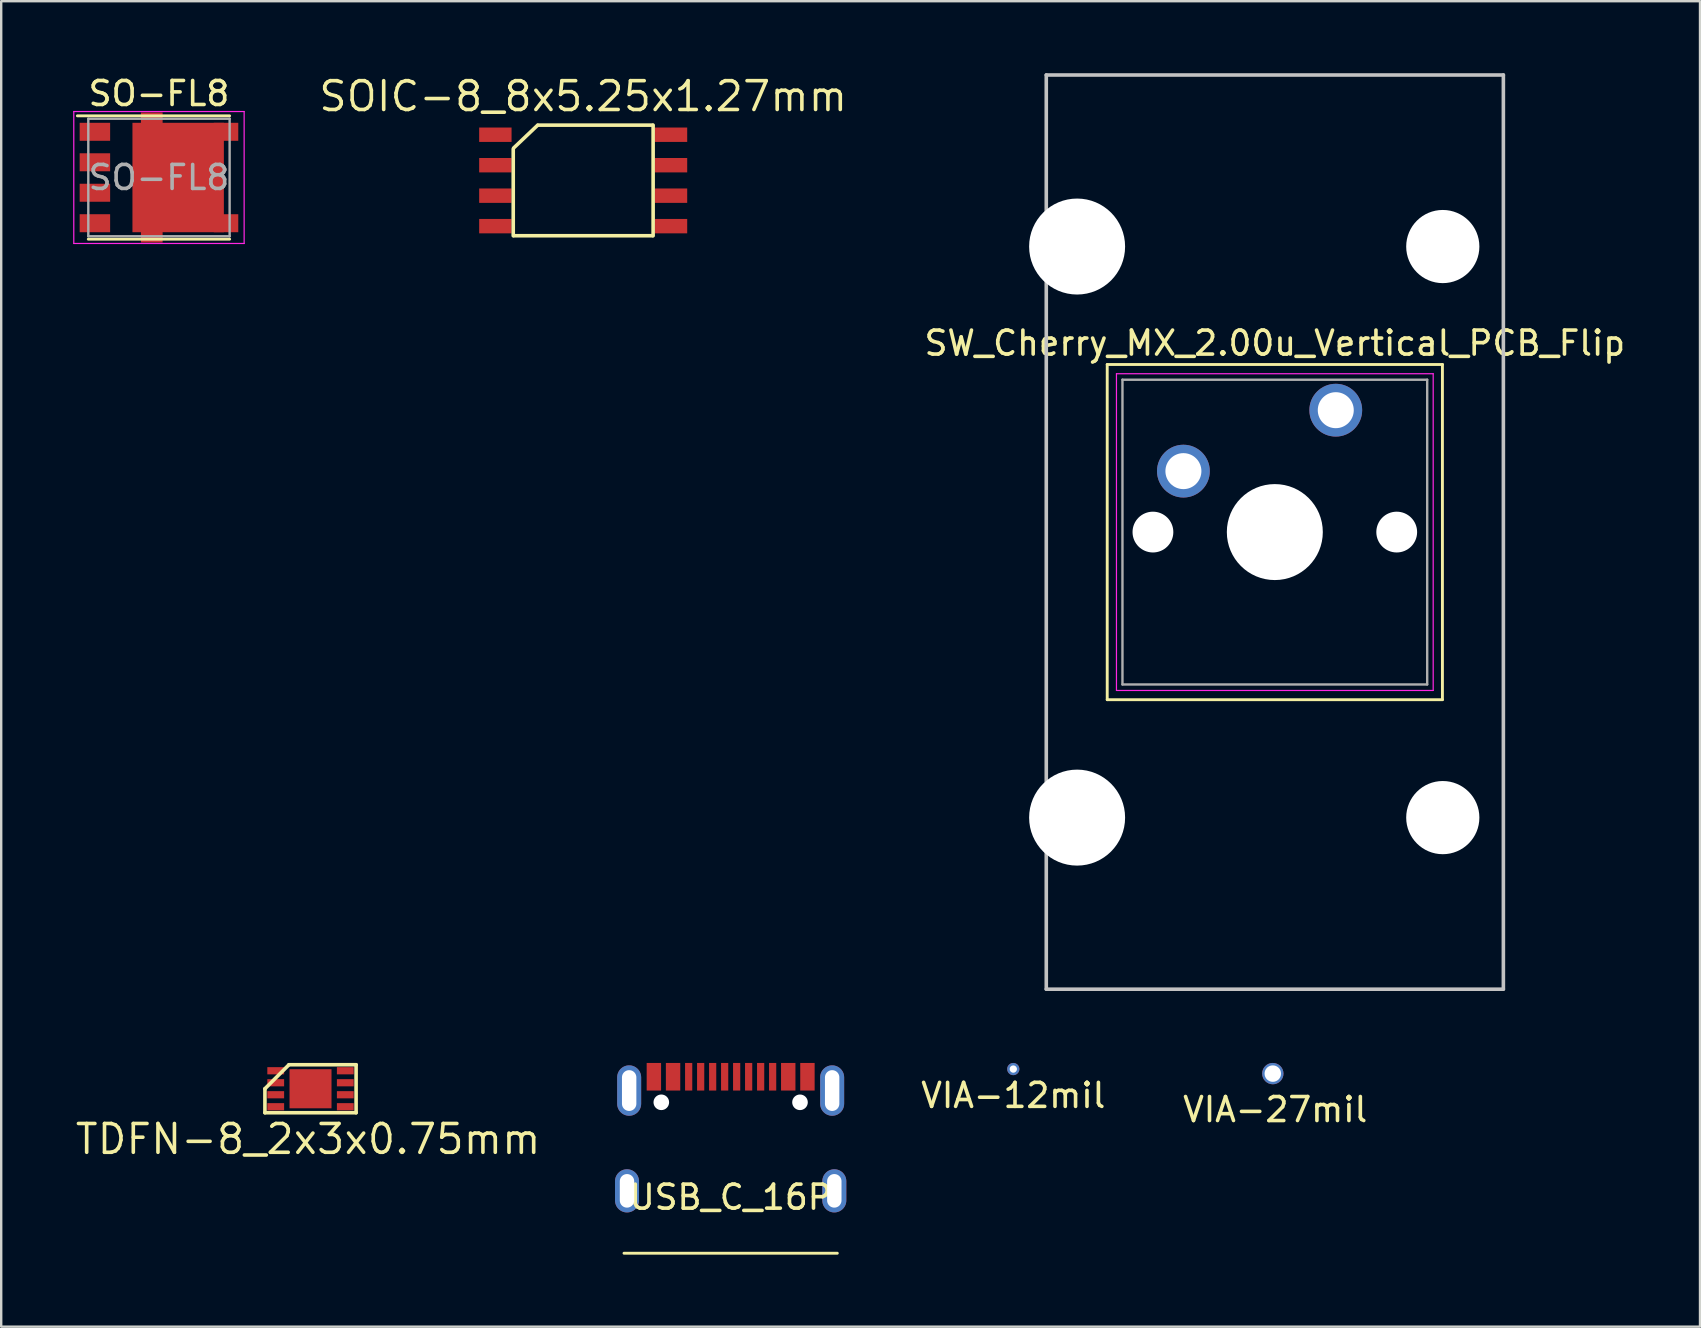
<source format=kicad_pcb>
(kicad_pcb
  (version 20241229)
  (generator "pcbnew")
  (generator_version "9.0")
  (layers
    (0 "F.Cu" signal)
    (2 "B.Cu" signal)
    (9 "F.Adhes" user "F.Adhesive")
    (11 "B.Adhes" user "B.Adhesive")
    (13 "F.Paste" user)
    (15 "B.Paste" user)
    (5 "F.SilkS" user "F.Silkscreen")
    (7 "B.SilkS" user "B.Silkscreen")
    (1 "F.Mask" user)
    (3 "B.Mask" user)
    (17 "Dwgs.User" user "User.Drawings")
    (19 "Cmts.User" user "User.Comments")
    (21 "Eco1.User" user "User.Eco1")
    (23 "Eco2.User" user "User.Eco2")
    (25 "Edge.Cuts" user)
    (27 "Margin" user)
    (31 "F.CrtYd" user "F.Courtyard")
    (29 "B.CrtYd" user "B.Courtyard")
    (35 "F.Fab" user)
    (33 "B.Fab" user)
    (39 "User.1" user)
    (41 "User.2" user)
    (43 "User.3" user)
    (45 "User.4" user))
  (footprint "USB_C_16P"
    (layer "F.Cu")
    (at 27.401 42.4)
    (property "Reference" "USB_C_16P" (at 0 4.445 0) (layer "F.SilkS") (effects (font (size 1 1) (thickness 0.15))))
    (attr through_hole)
    (fp_line (start -4.445 6.78) (end 4.445 6.78) (stroke (width 0.12) (type solid)) (layer "F.SilkS"))
    (pad "" thru_hole oval (at -4.32 4.18) (size 1 1.8) (drill oval 0.6 1.4) (layers "*.Cu" "*.Mask"))
    (pad "" thru_hole oval (at -4.23 0) (size 1 2.1) (drill oval 0.6 1.7) (layers "*.Cu" "*.Mask"))
    (pad "" np_thru_hole circle (at -2.89 0.49) (size 0.65 0.65) (drill 0.65) (layers "*.Cu" "*.Mask"))
    (pad "" np_thru_hole circle (at 2.89 0.49) (size 0.65 0.65) (drill 0.65) (layers "*.Cu" "*.Mask"))
    (pad "" thru_hole oval (at 4.23 0) (size 1 2.1) (drill oval 0.6 1.7) (layers "*.Cu" "*.Mask"))
    (pad "" thru_hole oval (at 4.32 4.18) (size 1 1.8) (drill oval 0.6 1.4) (layers "*.Cu" "*.Mask"))
    (pad "A1" smd rect (at -3.2 -0.575) (size 0.6 1.15) (layers "F.Cu" "F.Mask" "F.Paste"))
    (pad "A4" smd rect (at -2.4 -0.575) (size 0.6 1.15) (layers "F.Cu" "F.Mask" "F.Paste"))
    (pad "A5" smd rect (at -1.25 -0.575) (size 0.3 1.15) (layers "F.Cu" "F.Mask" "F.Paste"))
    (pad "A6" smd rect (at -0.25 -0.575) (size 0.3 1.15) (layers "F.Cu" "F.Mask" "F.Paste"))
    (pad "A7" smd rect (at 0.25 -0.575) (size 0.3 1.15) (layers "F.Cu" "F.Mask" "F.Paste"))
    (pad "A8" smd rect (at 1.25 -0.575) (size 0.3 1.15) (layers "F.Cu" "F.Mask" "F.Paste"))
    (pad "A9" smd rect (at 2.4 -0.575) (size 0.6 1.15) (layers "F.Cu" "F.Mask" "F.Paste"))
    (pad "A12" smd rect (at 3.2 -0.575) (size 0.6 1.15) (layers "F.Cu" "F.Mask" "F.Paste"))
    (pad "B5" smd rect (at 1.75 -0.575) (size 0.3 1.15) (layers "F.Cu" "F.Mask" "F.Paste"))
    (pad "B6" smd rect (at 0.75 -0.575) (size 0.3 1.15) (layers "F.Cu" "F.Mask" "F.Paste"))
    (pad "B7" smd rect (at -0.75 -0.575) (size 0.3 1.15) (layers "F.Cu" "F.Mask" "F.Paste"))
    (pad "B8" smd rect (at -1.75 -0.575) (size 0.3 1.15) (layers "F.Cu" "F.Mask" "F.Paste")))
  (footprint "VIA-12mil"
    (layer "F.Cu")
    (at 39.18 41.504)
    (property "Reference" "VIA-12mil" (at 0 1.1 0) (layer "F.SilkS") (effects (font (size 1 1) (thickness 0.15))))
    (attr through_hole)
    (pad "1" thru_hole circle (at 0 0) (size 0.508 0.508) (drill 0.305) (layers "*.Cu" "*.Mask")))
  (footprint "VIA-27mil"
    (layer "F.Cu")
    (at 49.996 41.694)
    (property "Reference" "VIA-27mil" (at 0.1 1.5 0) (layer "F.SilkS") (effects (font (size 1 1) (thickness 0.15))))
    (attr through_hole)
    (pad "1" thru_hole circle (at 0 0) (size 0.889 0.889) (drill 0.686) (layers "*.Cu")))
  (footprint "SO-FL8"
    (layer "F.Cu")
    (at 3.575 4.348)
    (property "Reference" "SO-FL8" (at 0 -3.5 0) (layer "F.SilkS") (effects (font (size 1 1) (thickness 0.15))))
    (attr smd)
    (fp_line (start -3.4 -2.57) (end 2.945 -2.57) (stroke (width 0.12) (type solid)) (layer "F.SilkS"))
    (fp_line (start -2.945 2.57) (end 2.945 2.57) (stroke (width 0.12) (type solid)) (layer "F.SilkS"))
    (fp_line (start -3.55 -2.75) (end -3.55 2.75) (stroke (width 0.05) (type solid)) (layer "F.CrtYd"))
    (fp_line (start -3.55 -2.75) (end 3.55 -2.75) (stroke (width 0.05) (type solid)) (layer "F.CrtYd"))
    (fp_line (start -3.55 2.75) (end 3.55 2.75) (stroke (width 0.05) (type solid)) (layer "F.CrtYd"))
    (fp_line (start 3.55 -2.75) (end 3.55 2.75) (stroke (width 0.05) (type solid)) (layer "F.CrtYd"))
    (fp_line (start -2.945 -2.45) (end 2.945 -2.45) (stroke (width 0.1) (type solid)) (layer "F.Fab"))
    (fp_line (start -2.945 2.45) (end -2.945 -2.45) (stroke (width 0.1) (type solid)) (layer "F.Fab"))
    (fp_line (start 2.945 -2.45) (end 2.945 2.45) (stroke (width 0.1) (type solid)) (layer "F.Fab"))
    (fp_line (start 2.945 2.45) (end -2.945 2.45) (stroke (width 0.1) (type solid)) (layer "F.Fab"))
    (fp_text user "${REFERENCE}" (at 0 0 0) (layer "F.Fab") (effects (font (size 1 1) (thickness 0.15))))
    (pad "1" smd rect (at -2.67 -1.905) (size 1.27 0.75) (layers "F.Cu" "F.Mask" "F.Paste"))
    (pad "2" smd rect (at -2.67 -0.635) (size 1.27 0.75) (layers "F.Cu" "F.Mask" "F.Paste"))
    (pad "3" smd rect (at -2.67 0.635) (size 1.27 0.75) (layers "F.Cu" "F.Mask" "F.Paste"))
    (pad "4" smd rect (at -2.67 1.905) (size 1.27 0.75) (layers "F.Cu" "F.Mask" "F.Paste"))
    (pad "5" smd rect (at -0.3 -2.2 90) (size 1.02 0.905) (layers "F.Cu" "F.Mask" "F.Paste"))
    (pad "5" smd rect (at -0.3 2.2 90) (size 1.02 0.905) (layers "F.Cu" "F.Mask" "F.Paste"))
    (pad "5" smd rect (at 0.8 0) (size 3.81 4.56) (layers "F.Cu" "F.Mask" "F.Paste"))
    (pad "5" smd rect (at 2.795 -1.905) (size 1.02 0.75) (layers "F.Cu" "F.Mask" "F.Paste"))
    (pad "5" smd rect (at 2.795 1.905) (size 1.02 0.75) (layers "F.Cu" "F.Mask" "F.Paste")))
  (footprint "SOIC-8_8x5.25x1.27mm"
    (layer "F.Cu")
    (at 21.255 4.47)
    (property "Reference" "SOIC-8_8x5.25x1.27mm" (at 0 -3.505 0) (layer "F.SilkS") (effects (font (size 1.2 1.2) (thickness 0.15))))
    (attr through_hole)
    (fp_line (start -2.915 2.305) (end -2.915 -1.305) (stroke (width 0.15) (type solid)) (layer "F.SilkS"))
    (fp_line (start -2.9 -1.35) (end -1.9 -2.3) (stroke (width 0.15) (type solid)) (layer "F.SilkS"))
    (fp_line (start -2.885 2.305) (end 2.885 2.305) (stroke (width 0.15) (type solid)) (layer "F.SilkS"))
    (fp_line (start 2.885 -2.305) (end -1.885 -2.305) (stroke (width 0.15) (type solid)) (layer "F.SilkS"))
    (fp_line (start 2.915 -2.305) (end 2.915 2.305) (stroke (width 0.15) (type solid)) (layer "F.SilkS"))
    (pad "1" smd rect (at -3.66 -1.905 270) (size 0.6 1.35) (layers "F.Cu" "F.Mask" "F.Paste"))
    (pad "2" smd rect (at -3.66 -0.635 270) (size 0.6 1.35) (layers "F.Cu" "F.Mask" "F.Paste"))
    (pad "3" smd rect (at -3.66 0.635 270) (size 0.6 1.35) (layers "F.Cu" "F.Mask" "F.Paste"))
    (pad "4" smd rect (at -3.66 1.905 270) (size 0.6 1.35) (layers "F.Cu" "F.Mask" "F.Paste"))
    (pad "5" smd rect (at 3.66 1.905 270) (size 0.6 1.35) (layers "F.Cu" "F.Mask" "F.Paste"))
    (pad "6" smd rect (at 3.66 0.635 270) (size 0.6 1.35) (layers "F.Cu" "F.Mask" "F.Paste"))
    (pad "7" smd rect (at 3.66 -0.635 270) (size 0.6 1.35) (layers "F.Cu" "F.Mask" "F.Paste"))
    (pad "8" smd rect (at 3.66 -1.905 270) (size 0.6 1.35) (layers "F.Cu" "F.Mask" "F.Paste")))
  (footprint "SW_Cherry_MX_2.00u_Vertical_PCB_Flip"
    (layer "F.Cu")
    (at 50.08 19.125)
    (property "Reference" "SW_Cherry_MX_2.00u_Vertical_PCB_Flip" (at 0 -7.874 0) (layer "F.SilkS") (effects (font (size 1 1) (thickness 0.15))))
    (attr through_hole)
    (fp_line (start -6.985 -6.985) (end 6.985 -6.985) (stroke (width 0.12) (type solid)) (layer "F.SilkS"))
    (fp_line (start -6.985 6.985) (end -6.985 -6.985) (stroke (width 0.12) (type solid)) (layer "F.SilkS"))
    (fp_line (start 6.985 -6.985) (end 6.985 6.985) (stroke (width 0.12) (type solid)) (layer "F.SilkS"))
    (fp_line (start 6.985 6.985) (end -6.985 6.985) (stroke (width 0.12) (type solid)) (layer "F.SilkS"))
    (fp_line (start -9.525 -19.05) (end 9.525 -19.05) (stroke (width 0.15) (type solid)) (layer "Dwgs.User"))
    (fp_line (start -9.525 19.05) (end -9.525 -19.05) (stroke (width 0.15) (type solid)) (layer "Dwgs.User"))
    (fp_line (start 9.525 -19.05) (end 9.525 19.05) (stroke (width 0.15) (type solid)) (layer "Dwgs.User"))
    (fp_line (start 9.525 19.05) (end -9.525 19.05) (stroke (width 0.15) (type solid)) (layer "Dwgs.User"))
    (fp_line (start -6.6 -6.6) (end 6.6 -6.6) (stroke (width 0.05) (type solid)) (layer "F.CrtYd"))
    (fp_line (start -6.6 6.6) (end -6.6 -6.6) (stroke (width 0.05) (type solid)) (layer "F.CrtYd"))
    (fp_line (start 6.6 -6.6) (end 6.6 6.6) (stroke (width 0.05) (type solid)) (layer "F.CrtYd"))
    (fp_line (start 6.6 6.6) (end -6.6 6.6) (stroke (width 0.05) (type solid)) (layer "F.CrtYd"))
    (fp_line (start -6.35 -6.35) (end 6.35 -6.35) (stroke (width 0.1) (type solid)) (layer "F.Fab"))
    (fp_line (start -6.35 6.35) (end -6.35 -6.35) (stroke (width 0.1) (type solid)) (layer "F.Fab"))
    (fp_line (start 6.35 -6.35) (end 6.35 6.35) (stroke (width 0.1) (type solid)) (layer "F.Fab"))
    (fp_line (start 6.35 6.35) (end -6.35 6.35) (stroke (width 0.1) (type solid)) (layer "F.Fab"))
    (pad "" np_thru_hole circle (at -8.24 -11.9) (size 4 4) (drill 4) (layers "*.Cu" "*.Mask"))
    (pad "" np_thru_hole circle (at -8.24 11.9) (size 4 4) (drill 4) (layers "*.Cu" "*.Mask"))
    (pad "" np_thru_hole circle (at -5.08 0) (size 1.7 1.7) (drill 1.7) (layers "*.Cu" "*.Mask"))
    (pad "" np_thru_hole circle (at 0 0) (size 4 4) (drill 4) (layers "*.Cu" "*.Mask"))
    (pad "" np_thru_hole circle (at 5.08 0) (size 1.7 1.7) (drill 1.7) (layers "*.Cu" "*.Mask"))
    (pad "" np_thru_hole circle (at 7 -11.9) (size 3.05 3.05) (drill 3.05) (layers "*.Cu" "*.Mask"))
    (pad "" np_thru_hole circle (at 7 11.9) (size 3.05 3.05) (drill 3.05) (layers "*.Cu" "*.Mask"))
    (pad "1" thru_hole circle (at 2.54 -5.08) (size 2.2 2.2) (drill 1.5) (layers "*.Cu" "*.Mask"))
    (pad "2" thru_hole circle (at -3.81 -2.54) (size 2.2 2.2) (drill 1.5) (layers "*.Cu" "*.Mask")))
  (footprint "TDFN-8_2x3x0.75mm"
    (layer "F.Cu")
    (at 9.891 42.325)
    (property "Reference" "TDFN-8_2x3x0.75mm" (at -0.1 2.1 0) (layer "F.SilkS") (effects (font (size 1.2 1.2) (thickness 0.15))))
    (attr through_hole)
    (fp_line (start -1.9 1) (end -1.9 0) (stroke (width 0.15) (type solid)) (layer "F.SilkS"))
    (fp_line (start -1.9 1) (end 1.9 1) (stroke (width 0.15) (type solid)) (layer "F.SilkS"))
    (fp_line (start -0.9 -1) (end -1.9 0) (stroke (width 0.15) (type solid)) (layer "F.SilkS"))
    (fp_line (start 1.9 -1) (end -0.9 -1) (stroke (width 0.15) (type solid)) (layer "F.SilkS"))
    (fp_line (start 1.9 -1) (end 1.9 1) (stroke (width 0.15) (type solid)) (layer "F.SilkS"))
    (pad "" smd rect (at 0 0) (size 1.75 1.63) (layers "F.Cu" "F.Mask" "F.Paste"))
    (pad "1" smd rect (at -1.45 -0.75 270) (size 0.3 0.7) (layers "F.Cu" "F.Mask" "F.Paste"))
    (pad "2" smd rect (at -1.45 -0.25 270) (size 0.3 0.7) (layers "F.Cu" "F.Mask" "F.Paste"))
    (pad "3" smd rect (at -1.45 0.25 270) (size 0.3 0.7) (layers "F.Cu" "F.Mask" "F.Paste"))
    (pad "4" smd rect (at -1.45 0.75 270) (size 0.3 0.7) (layers "F.Cu" "F.Mask" "F.Paste"))
    (pad "5" smd rect (at 1.45 0.75 270) (size 0.3 0.7) (layers "F.Cu" "F.Mask" "F.Paste"))
    (pad "6" smd rect (at 1.45 0.25 270) (size 0.3 0.7) (layers "F.Cu" "F.Mask" "F.Paste"))
    (pad "7" smd rect (at 1.45 -0.25 270) (size 0.3 0.7) (layers "F.Cu" "F.Mask" "F.Paste"))
    (pad "8" smd rect (at 1.45 -0.75 270) (size 0.3 0.7) (layers "F.Cu" "F.Mask" "F.Paste")))
  (gr_rect
    (start -3 -3)
    (end 67.8 52.24)
    (stroke (width 0.1) (type default))
    (fill no)
    (layer "Edge.Cuts")))
</source>
